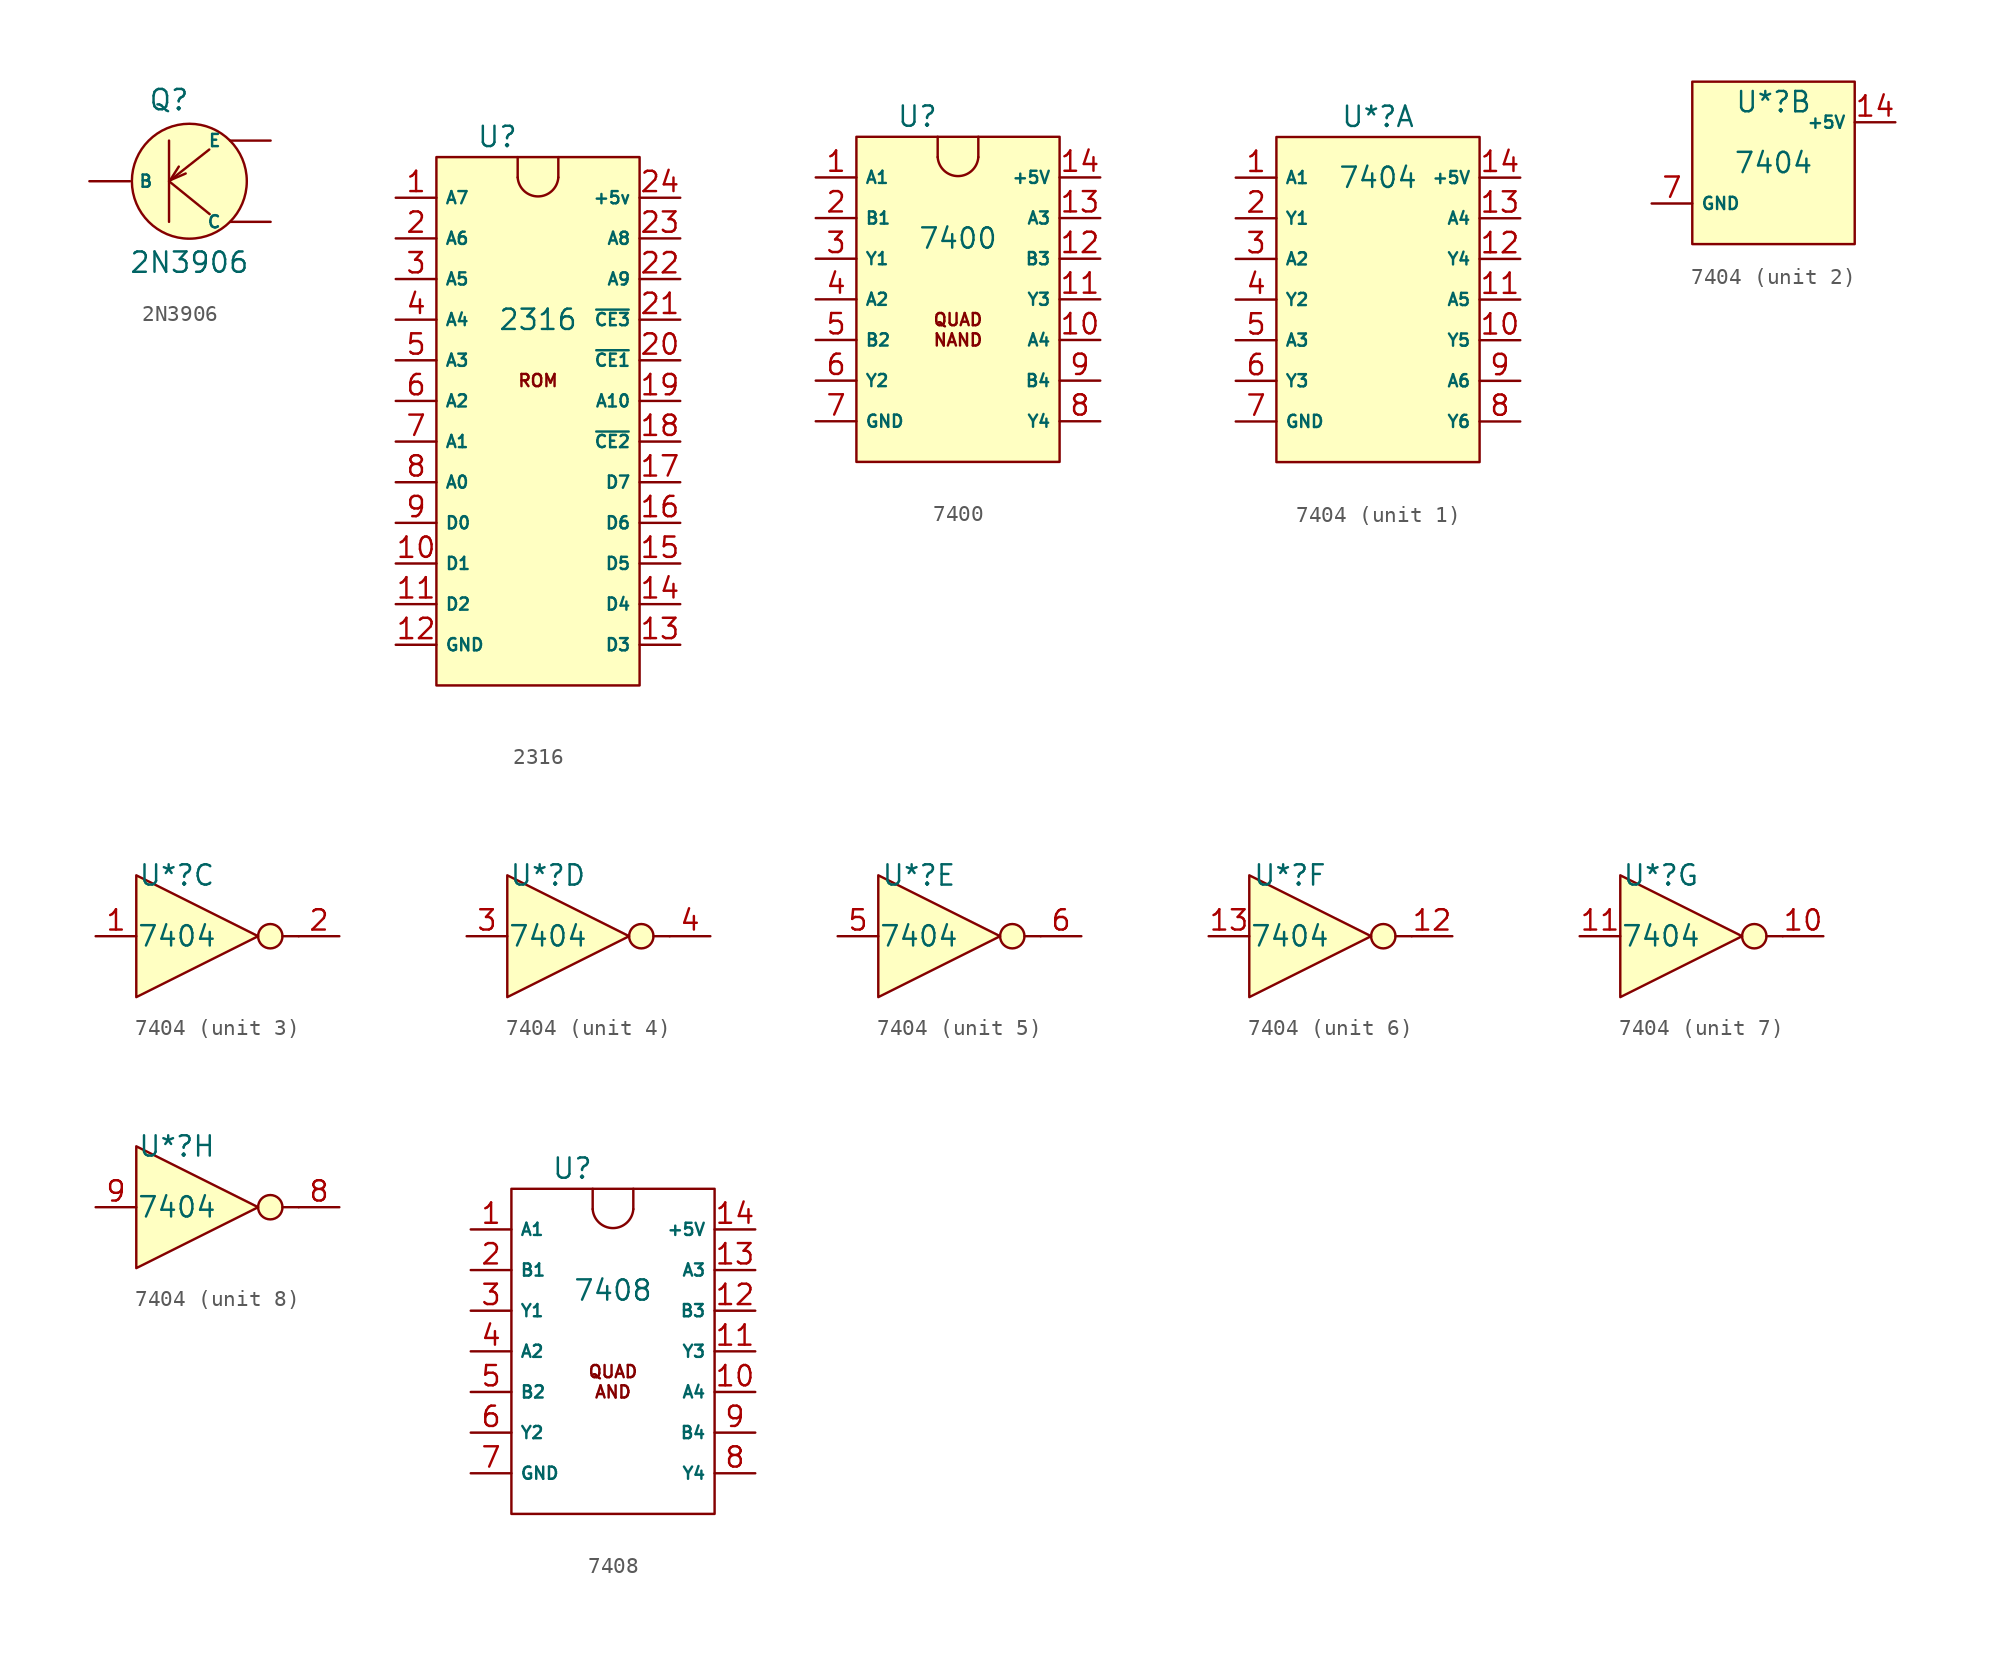
<source format=kicad_sym>
(kicad_symbol_lib
  (version 20211014)
  (generator kicad_symbol_editor)
  (symbol "2N3906"
    (property "Reference" "Q"
      (at 1.27 12.7 0)
      (effects (font (size 1.27 1.27))))
    (property "Value" "2N3906"
      (at 2.54 2.54 0)
      (effects (font (size 1.27 1.27))))
    (symbol "2N3906_0_1"
      (polyline (pts (xy 1.27 10.16) (xy 1.27 5.08)) (stroke (width 0.152) (type default) (color 0 0 0 0)) (fill (type none)))
      (polyline (pts (xy 1.346 7.696) (xy 1.88 8.534)) (stroke (width 0.152) (type default) (color 0 0 0 0)) (fill (type none)))
      (polyline (pts (xy 1.372 7.696) (xy 2.311 8.103)) (stroke (width 0.152) (type default) (color 0 0 0 0)) (fill (type none)))
      (polyline (pts (xy 3.785 9.601) (xy 1.27 7.62) (xy 3.81 5.563)) (stroke (width 0.152) (type default) (color 0 0 0 0)) (fill (type none)))
      (circle (center 2.54 7.62) (radius 3.592) (stroke (width 0.152) (type default) (color 0 0 0 0)) (fill (type background))))
    (symbol "2N3906_1_1"
      (pin input line (at -3.708 7.62 0) (length 2.54) (name "B" (effects (font (size 0.762 0.762)))) (number "" (effects (font (size 1.27 1.27)))))
      (pin passive line (at 7.62 5.08 180) (length 2.54) (name "C" (effects (font (size 0.762 0.762)))) (number "" (effects (font (size 1.27 1.27)))))
      (pin passive line (at 7.62 10.16 180) (length 2.54) (name "E" (effects (font (size 0.762 0.762)))) (number "" (effects (font (size 1.27 1.27)))))))
  (symbol "2316"
    (property "Reference" "U"
      (at 6.35 26.67 0)
      (effects (font (size 1.27 1.27))))
    (property "Value" "2316"
      (at 8.89 15.24 0)
      (effects (font (size 1.27 1.27))))
    (symbol "2316_0_0"
      (text "ROM" (at 8.89 11.43 0) (effects (font (size 0.762 0.762)))))
    (symbol "2316_0_1"
      (polyline (pts (xy 7.62 25.4) (xy 7.62 24.13)) (stroke (width 0) (type default) (color 0 0 0 0)) (fill (type none)))
      (polyline (pts (xy 10.16 25.4) (xy 10.16 24.13)) (stroke (width 0) (type default) (color 0 0 0 0)) (fill (type none)))
      (rectangle (start 2.54 25.4) (end 15.24 -7.62) (stroke (width 0) (type default) (color 0 0 0 0)) (fill (type background)))
      (arc (start 7.62 24.13) (mid 8.89 22.943) (end 10.16 24.13) (stroke (width 0) (type default) (color 0 0 0 0)) (fill (type none))))
    (symbol "2316_1_1"
      (pin input line (at 0 22.86 0) (length 2.54) (name "A7" (effects (font (size 0.762 0.762)))) (number "1" (effects (font (size 1.27 1.27)))))
      (pin output line (at 0 0 0) (length 2.54) (name "D1" (effects (font (size 0.762 0.762)))) (number "10" (effects (font (size 1.27 1.27)))))
      (pin output line (at 0 -2.54 0) (length 2.54) (name "D2" (effects (font (size 0.762 0.762)))) (number "11" (effects (font (size 1.27 1.27)))))
      (pin power_in line (at 0 -5.08 0) (length 2.54) (name "GND" (effects (font (size 0.762 0.762)))) (number "12" (effects (font (size 1.27 1.27)))))
      (pin output line (at 17.78 -5.08 180) (length 2.54) (name "D3" (effects (font (size 0.762 0.762)))) (number "13" (effects (font (size 1.27 1.27)))))
      (pin output line (at 17.78 -2.54 180) (length 2.54) (name "D4" (effects (font (size 0.762 0.762)))) (number "14" (effects (font (size 1.27 1.27)))))
      (pin output line (at 17.78 0 180) (length 2.54) (name "D5" (effects (font (size 0.762 0.762)))) (number "15" (effects (font (size 1.27 1.27)))))
      (pin output line (at 17.78 2.54 180) (length 2.54) (name "D6" (effects (font (size 0.762 0.762)))) (number "16" (effects (font (size 1.27 1.27)))))
      (pin output line (at 17.78 5.08 180) (length 2.54) (name "D7" (effects (font (size 0.762 0.762)))) (number "17" (effects (font (size 1.27 1.27)))))
      (pin input line (at 17.78 7.62 180) (length 2.54) (name "~{CE2}" (effects (font (size 0.762 0.762)))) (number "18" (effects (font (size 1.27 1.27)))))
      (pin output line (at 17.78 10.16 180) (length 2.54) (name "A10" (effects (font (size 0.762 0.762)))) (number "19" (effects (font (size 1.27 1.27)))))
      (pin input line (at 0 20.32 0) (length 2.54) (name "A6" (effects (font (size 0.762 0.762)))) (number "2" (effects (font (size 1.27 1.27)))))
      (pin input line (at 17.78 12.7 180) (length 2.54) (name "~{CE1}" (effects (font (size 0.762 0.762)))) (number "20" (effects (font (size 1.27 1.27)))))
      (pin input line (at 17.78 15.24 180) (length 2.54) (name "~{CE3}" (effects (font (size 0.762 0.762)))) (number "21" (effects (font (size 1.27 1.27)))))
      (pin input line (at 17.78 17.78 180) (length 2.54) (name "A9" (effects (font (size 0.762 0.762)))) (number "22" (effects (font (size 1.27 1.27)))))
      (pin input line (at 17.78 20.32 180) (length 2.54) (name "A8" (effects (font (size 0.762 0.762)))) (number "23" (effects (font (size 1.27 1.27)))))
      (pin power_in line (at 17.78 22.86 180) (length 2.54) (name "+5v" (effects (font (size 0.762 0.762)))) (number "24" (effects (font (size 1.27 1.27)))))
      (pin input line (at 0 17.78 0) (length 2.54) (name "A5" (effects (font (size 0.762 0.762)))) (number "3" (effects (font (size 1.27 1.27)))))
      (pin input line (at 0 15.24 0) (length 2.54) (name "A4" (effects (font (size 0.762 0.762)))) (number "4" (effects (font (size 1.27 1.27)))))
      (pin input line (at 0 12.7 0) (length 2.54) (name "A3" (effects (font (size 0.762 0.762)))) (number "5" (effects (font (size 1.27 1.27)))))
      (pin input line (at 0 10.16 0) (length 2.54) (name "A2" (effects (font (size 0.762 0.762)))) (number "6" (effects (font (size 1.27 1.27)))))
      (pin input line (at 0 7.62 0) (length 2.54) (name "A1" (effects (font (size 0.762 0.762)))) (number "7" (effects (font (size 1.27 1.27)))))
      (pin input line (at 0 5.08 0) (length 2.54) (name "A0" (effects (font (size 0.762 0.762)))) (number "8" (effects (font (size 1.27 1.27)))))
      (pin output line (at 0 2.54 0) (length 2.54) (name "D0" (effects (font (size 0.762 0.762)))) (number "9" (effects (font (size 1.27 1.27)))))))
  (symbol "7400"
    (property "Reference" "U"
      (at 6.35 26.67 0)
      (effects (font (size 1.27 1.27))))
    (property "Value" "7400"
      (at 8.89 19.05 0)
      (effects (font (size 1.27 1.27))))
    (symbol "7400_0_0"
      (text "NAND" (at 8.89 12.7 0) (effects (font (size 0.762 0.762))))
      (text "QUAD" (at 8.89 13.97 0) (effects (font (size 0.762 0.762)))))
    (symbol "7400_0_1"
      (polyline (pts (xy 7.62 25.4) (xy 7.62 24.13)) (stroke (width 0) (type default) (color 0 0 0 0)) (fill (type none)))
      (polyline (pts (xy 10.16 25.4) (xy 10.16 24.13)) (stroke (width 0) (type default) (color 0 0 0 0)) (fill (type none)))
      (rectangle (start 2.54 25.4) (end 15.24 5.08) (stroke (width 0) (type default) (color 0 0 0 0)) (fill (type background)))
      (arc (start 7.62 24.13) (mid 8.89 22.943) (end 10.16 24.13) (stroke (width 0) (type default) (color 0 0 0 0)) (fill (type none))))
    (symbol "7400_1_1"
      (pin input line (at 0 22.86 0) (length 2.54) (name "A1" (effects (font (size 0.762 0.762)))) (number "1" (effects (font (size 1.27 1.27)))))
      (pin input line (at 17.78 12.7 180) (length 2.54) (name "A4" (effects (font (size 0.762 0.762)))) (number "10" (effects (font (size 1.27 1.27)))))
      (pin output line (at 17.78 15.24 180) (length 2.54) (name "Y3" (effects (font (size 0.762 0.762)))) (number "11" (effects (font (size 1.27 1.27)))))
      (pin input line (at 17.78 17.78 180) (length 2.54) (name "B3" (effects (font (size 0.762 0.762)))) (number "12" (effects (font (size 1.27 1.27)))))
      (pin input line (at 17.78 20.32 180) (length 2.54) (name "A3" (effects (font (size 0.762 0.762)))) (number "13" (effects (font (size 1.27 1.27)))))
      (pin power_in line (at 17.78 22.86 180) (length 2.54) (name "+5V" (effects (font (size 0.762 0.762)))) (number "14" (effects (font (size 1.27 1.27)))))
      (pin input line (at 0 20.32 0) (length 2.54) (name "B1" (effects (font (size 0.762 0.762)))) (number "2" (effects (font (size 1.27 1.27)))))
      (pin output line (at 0 17.78 0) (length 2.54) (name "Y1" (effects (font (size 0.762 0.762)))) (number "3" (effects (font (size 1.27 1.27)))))
      (pin input line (at 0 15.24 0) (length 2.54) (name "A2" (effects (font (size 0.762 0.762)))) (number "4" (effects (font (size 1.27 1.27)))))
      (pin input line (at 0 12.7 0) (length 2.54) (name "B2" (effects (font (size 0.762 0.762)))) (number "5" (effects (font (size 1.27 1.27)))))
      (pin output line (at 0 10.16 0) (length 2.54) (name "Y2" (effects (font (size 0.762 0.762)))) (number "6" (effects (font (size 1.27 1.27)))))
      (pin power_in line (at 0 7.62 0) (length 2.54) (name "GND" (effects (font (size 0.762 0.762)))) (number "7" (effects (font (size 1.27 1.27)))))
      (pin output line (at 17.78 7.62 180) (length 2.54) (name "Y4" (effects (font (size 0.762 0.762)))) (number "8" (effects (font (size 1.27 1.27)))))
      (pin input line (at 17.78 10.16 180) (length 2.54) (name "B4" (effects (font (size 0.762 0.762)))) (number "9" (effects (font (size 1.27 1.27)))))))
  (symbol "7404"
    (property "Reference" "U*"
      (at 2.54 3.81 0)
      (effects (font (size 1.27 1.27))))
    (property "Value" "7404"
      (at 2.54 0 0)
      (effects (font (size 1.27 1.27))))
    (property "ki_locked" ""
      (at 0 0 0)
      (effects (font (size 1.27 1.27))))
    (symbol "7404_1_1"
      (rectangle (start -3.81 2.54) (end 8.89 -17.78) (stroke (width 0.152) (type default) (color 0 0 0 0)) (fill (type background)))
      (pin input line (at -6.35 0 0) (length 2.54) (name "A1" (effects (font (size 0.762 0.762)))) (number "1" (effects (font (size 1.27 1.27)))))
      (pin output line (at 11.43 -10.16 180) (length 2.54) (name "Y5" (effects (font (size 0.762 0.762)))) (number "10" (effects (font (size 1.27 1.27)))))
      (pin input line (at 11.43 -7.62 180) (length 2.54) (name "A5" (effects (font (size 0.762 0.762)))) (number "11" (effects (font (size 1.27 1.27)))))
      (pin output line (at 11.43 -5.08 180) (length 2.54) (name "Y4" (effects (font (size 0.762 0.762)))) (number "12" (effects (font (size 1.27 1.27)))))
      (pin input line (at 11.43 -2.54 180) (length 2.54) (name "A4" (effects (font (size 0.762 0.762)))) (number "13" (effects (font (size 1.27 1.27)))))
      (pin power_in line (at 11.43 0 180) (length 2.54) (name "+5V" (effects (font (size 0.762 0.762)))) (number "14" (effects (font (size 1.27 1.27)))))
      (pin output line (at -6.35 -2.54 0) (length 2.54) (name "Y1" (effects (font (size 0.762 0.762)))) (number "2" (effects (font (size 1.27 1.27)))))
      (pin input line (at -6.35 -5.08 0) (length 2.54) (name "A2" (effects (font (size 0.762 0.762)))) (number "3" (effects (font (size 1.27 1.27)))))
      (pin output line (at -6.35 -7.62 0) (length 2.54) (name "Y2" (effects (font (size 0.762 0.762)))) (number "4" (effects (font (size 1.27 1.27)))))
      (pin input line (at -6.35 -10.16 0) (length 2.54) (name "A3" (effects (font (size 0.762 0.762)))) (number "5" (effects (font (size 1.27 1.27)))))
      (pin output line (at -6.35 -12.7 0) (length 2.54) (name "Y3" (effects (font (size 0.762 0.762)))) (number "6" (effects (font (size 1.27 1.27)))))
      (pin power_in line (at -6.35 -15.24 0) (length 2.54) (name "GND" (effects (font (size 0.762 0.762)))) (number "7" (effects (font (size 1.27 1.27)))))
      (pin output line (at 11.43 -15.24 180) (length 2.54) (name "Y6" (effects (font (size 0.762 0.762)))) (number "8" (effects (font (size 1.27 1.27)))))
      (pin input line (at 11.43 -12.7 180) (length 2.54) (name "A6" (effects (font (size 0.762 0.762)))) (number "9" (effects (font (size 1.27 1.27))))))
    (symbol "7404_2_1"
      (rectangle (start -2.54 5.08) (end 7.62 -5.08) (stroke (width 0.152) (type default) (color 0 0 0 0)) (fill (type background)))
      (pin power_in line (at 10.16 2.54 180) (length 2.54) (name "+5V" (effects (font (size 0.762 0.762)))) (number "14" (effects (font (size 1.27 1.27)))))
      (pin power_in line (at -5.08 -2.54 0) (length 2.54) (name "GND" (effects (font (size 0.762 0.762)))) (number "7" (effects (font (size 1.27 1.27))))))
    (symbol "7404_3_1"
      (polyline (pts (xy 10.16 0) (xy 9.144 0)) (stroke (width 0.152) (type default) (color 0 0 0 0)) (fill (type none)))
      (polyline (pts (xy 0 3.81) (xy 0 -3.81) (xy 7.62 0) (xy 0 3.81)) (stroke (width 0.152) (type default) (color 0 0 0 0)) (fill (type background)))
      (circle (center 8.382 0) (radius 0.762) (stroke (width 0.152) (type default) (color 0 0 0 0)) (fill (type background)))
      (pin input line (at -2.54 0 0) (length 2.54) (name "" (effects (font (size 0.762 0.762)))) (number "1" (effects (font (size 1.27 1.27)))))
      (pin output line (at 12.7 0 180) (length 2.54) (name "" (effects (font (size 0.762 0.762)))) (number "2" (effects (font (size 1.27 1.27))))))
    (symbol "7404_4_1"
      (polyline (pts (xy 10.16 0) (xy 9.144 0)) (stroke (width 0.152) (type default) (color 0 0 0 0)) (fill (type none)))
      (polyline (pts (xy 0 3.81) (xy 0 -3.81) (xy 7.62 0) (xy 0 3.81)) (stroke (width 0.152) (type default) (color 0 0 0 0)) (fill (type background)))
      (circle (center 8.382 0) (radius 0.762) (stroke (width 0.152) (type default) (color 0 0 0 0)) (fill (type background)))
      (pin input line (at -2.54 0 0) (length 2.54) (name "" (effects (font (size 0.762 0.762)))) (number "3" (effects (font (size 1.27 1.27)))))
      (pin output line (at 12.7 0 180) (length 2.54) (name "" (effects (font (size 0.762 0.762)))) (number "4" (effects (font (size 1.27 1.27))))))
    (symbol "7404_5_1"
      (polyline (pts (xy 10.16 0) (xy 9.144 0)) (stroke (width 0.152) (type default) (color 0 0 0 0)) (fill (type none)))
      (polyline (pts (xy 0 3.81) (xy 0 -3.81) (xy 7.62 0) (xy 0 3.81)) (stroke (width 0.152) (type default) (color 0 0 0 0)) (fill (type background)))
      (circle (center 8.382 0) (radius 0.762) (stroke (width 0.152) (type default) (color 0 0 0 0)) (fill (type background)))
      (pin input line (at -2.54 0 0) (length 2.54) (name "" (effects (font (size 0.762 0.762)))) (number "5" (effects (font (size 1.27 1.27)))))
      (pin output line (at 12.7 0 180) (length 2.54) (name "" (effects (font (size 0.762 0.762)))) (number "6" (effects (font (size 1.27 1.27))))))
    (symbol "7404_6_1"
      (polyline (pts (xy 10.16 0) (xy 9.144 0)) (stroke (width 0.152) (type default) (color 0 0 0 0)) (fill (type none)))
      (polyline (pts (xy 0 3.81) (xy 0 -3.81) (xy 7.62 0) (xy 0 3.81)) (stroke (width 0.152) (type default) (color 0 0 0 0)) (fill (type background)))
      (circle (center 8.382 0) (radius 0.762) (stroke (width 0.152) (type default) (color 0 0 0 0)) (fill (type background)))
      (pin output line (at 12.7 0 180) (length 2.54) (name "" (effects (font (size 0.762 0.762)))) (number "12" (effects (font (size 1.27 1.27)))))
      (pin input line (at -2.54 0 0) (length 2.54) (name "" (effects (font (size 0.762 0.762)))) (number "13" (effects (font (size 1.27 1.27))))))
    (symbol "7404_7_1"
      (polyline (pts (xy 10.16 0) (xy 9.144 0)) (stroke (width 0.152) (type default) (color 0 0 0 0)) (fill (type none)))
      (polyline (pts (xy 0 3.81) (xy 0 -3.81) (xy 7.62 0) (xy 0 3.81)) (stroke (width 0.152) (type default) (color 0 0 0 0)) (fill (type background)))
      (circle (center 8.382 0) (radius 0.762) (stroke (width 0.152) (type default) (color 0 0 0 0)) (fill (type background)))
      (pin output line (at 12.7 0 180) (length 2.54) (name "" (effects (font (size 0.762 0.762)))) (number "10" (effects (font (size 1.27 1.27)))))
      (pin input line (at -2.54 0 0) (length 2.54) (name "" (effects (font (size 0.762 0.762)))) (number "11" (effects (font (size 1.27 1.27))))))
    (symbol "7404_8_1"
      (polyline (pts (xy 10.16 0) (xy 9.144 0)) (stroke (width 0.152) (type default) (color 0 0 0 0)) (fill (type none)))
      (polyline (pts (xy 0 3.81) (xy 0 -3.81) (xy 7.62 0) (xy 0 3.81)) (stroke (width 0.152) (type default) (color 0 0 0 0)) (fill (type background)))
      (circle (center 8.382 0) (radius 0.762) (stroke (width 0.152) (type default) (color 0 0 0 0)) (fill (type background)))
      (pin output line (at 12.7 0 180) (length 2.54) (name "" (effects (font (size 0.762 0.762)))) (number "8" (effects (font (size 1.27 1.27)))))
      (pin input line (at -2.54 0 0) (length 2.54) (name "" (effects (font (size 0.762 0.762)))) (number "9" (effects (font (size 1.27 1.27)))))))
  (symbol "7408"
    (property "Reference" "U"
      (at 6.35 26.67 0)
      (effects (font (size 1.27 1.27))))
    (property "Value" "7408"
      (at 8.89 19.05 0)
      (effects (font (size 1.27 1.27))))
    (symbol "7408_0_0"
      (text "AND" (at 8.89 12.7 0) (effects (font (size 0.762 0.762))))
      (text "QUAD" (at 8.89 13.97 0) (effects (font (size 0.762 0.762)))))
    (symbol "7408_0_1"
      (polyline (pts (xy 7.62 25.4) (xy 7.62 24.13)) (stroke (width 0) (type default) (color 0 0 0 0)) (fill (type none)))
      (polyline (pts (xy 10.16 25.4) (xy 10.16 24.13)) (stroke (width 0) (type default) (color 0 0 0 0)) (fill (type none)))
      (rectangle (start 2.54 25.4) (end 15.24 5.08) (stroke (width 0) (type default) (color 0 0 0 0)) (fill (type none)))
      (arc (start 7.62 24.13) (mid 8.89 22.943) (end 10.16 24.13) (stroke (width 0) (type default) (color 0 0 0 0)) (fill (type none))))
    (symbol "7408_1_1"
      (pin input line (at 0 22.86 0) (length 2.54) (name "A1" (effects (font (size 0.762 0.762)))) (number "1" (effects (font (size 1.27 1.27)))))
      (pin input line (at 17.78 12.7 180) (length 2.54) (name "A4" (effects (font (size 0.762 0.762)))) (number "10" (effects (font (size 1.27 1.27)))))
      (pin output line (at 17.78 15.24 180) (length 2.54) (name "Y3" (effects (font (size 0.762 0.762)))) (number "11" (effects (font (size 1.27 1.27)))))
      (pin input line (at 17.78 17.78 180) (length 2.54) (name "B3" (effects (font (size 0.762 0.762)))) (number "12" (effects (font (size 1.27 1.27)))))
      (pin input line (at 17.78 20.32 180) (length 2.54) (name "A3" (effects (font (size 0.762 0.762)))) (number "13" (effects (font (size 1.27 1.27)))))
      (pin power_in line (at 17.78 22.86 180) (length 2.54) (name "+5V" (effects (font (size 0.762 0.762)))) (number "14" (effects (font (size 1.27 1.27)))))
      (pin input line (at 0 20.32 0) (length 2.54) (name "B1" (effects (font (size 0.762 0.762)))) (number "2" (effects (font (size 1.27 1.27)))))
      (pin output line (at 0 17.78 0) (length 2.54) (name "Y1" (effects (font (size 0.762 0.762)))) (number "3" (effects (font (size 1.27 1.27)))))
      (pin input line (at 0 15.24 0) (length 2.54) (name "A2" (effects (font (size 0.762 0.762)))) (number "4" (effects (font (size 1.27 1.27)))))
      (pin input line (at 0 12.7 0) (length 2.54) (name "B2" (effects (font (size 0.762 0.762)))) (number "5" (effects (font (size 1.27 1.27)))))
      (pin output line (at 0 10.16 0) (length 2.54) (name "Y2" (effects (font (size 0.762 0.762)))) (number "6" (effects (font (size 1.27 1.27)))))
      (pin power_in line (at 0 7.62 0) (length 2.54) (name "GND" (effects (font (size 0.762 0.762)))) (number "7" (effects (font (size 1.27 1.27)))))
      (pin output line (at 17.78 7.62 180) (length 2.54) (name "Y4" (effects (font (size 0.762 0.762)))) (number "8" (effects (font (size 1.27 1.27)))))
      (pin input line (at 17.78 10.16 180) (length 2.54) (name "B4" (effects (font (size 0.762 0.762)))) (number "9" (effects (font (size 1.27 1.27))))))))
</source>
